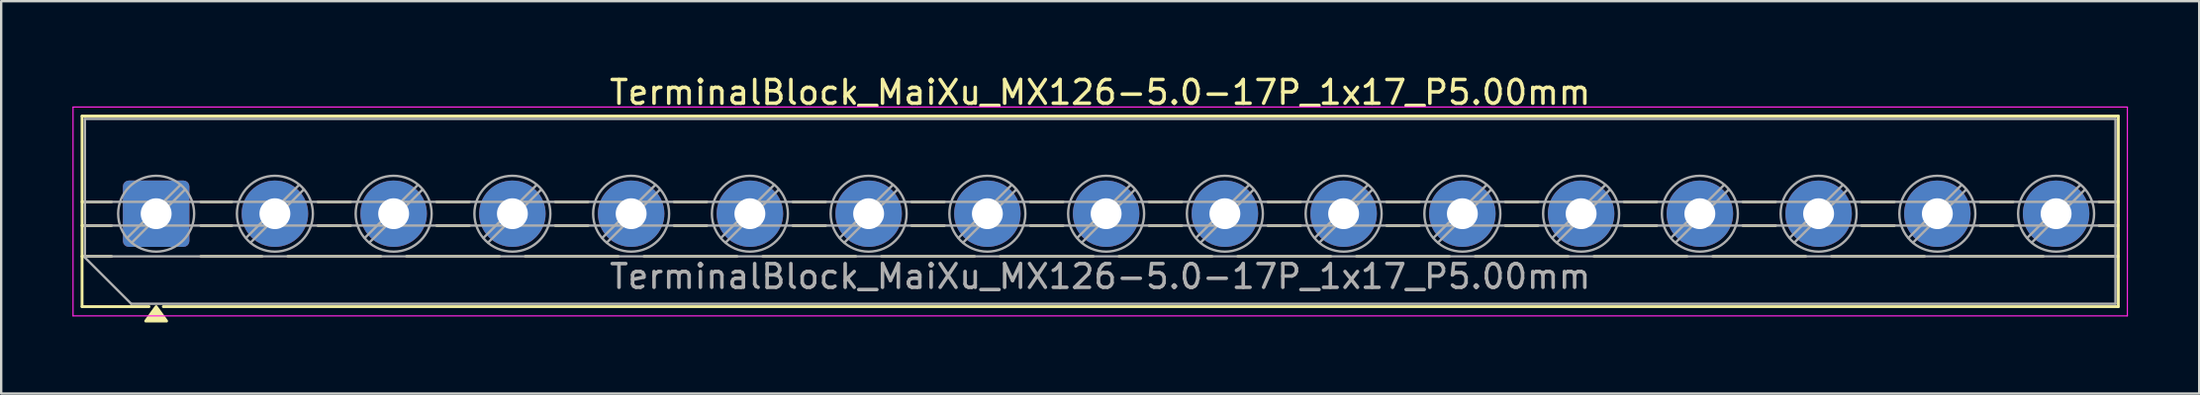
<source format=kicad_pcb>
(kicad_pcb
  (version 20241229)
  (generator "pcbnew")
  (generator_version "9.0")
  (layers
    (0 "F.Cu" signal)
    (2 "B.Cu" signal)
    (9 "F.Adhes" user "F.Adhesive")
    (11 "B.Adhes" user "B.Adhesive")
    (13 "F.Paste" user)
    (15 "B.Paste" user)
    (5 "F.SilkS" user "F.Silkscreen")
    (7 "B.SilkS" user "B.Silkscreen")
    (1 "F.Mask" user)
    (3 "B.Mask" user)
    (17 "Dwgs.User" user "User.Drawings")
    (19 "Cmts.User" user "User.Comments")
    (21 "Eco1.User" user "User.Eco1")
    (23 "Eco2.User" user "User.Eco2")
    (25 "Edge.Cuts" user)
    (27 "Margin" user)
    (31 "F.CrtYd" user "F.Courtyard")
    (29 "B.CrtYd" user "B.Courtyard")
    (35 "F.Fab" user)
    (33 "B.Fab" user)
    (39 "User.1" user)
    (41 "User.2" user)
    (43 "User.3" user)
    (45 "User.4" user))
  (footprint "TerminalBlock_MaiXu_MX126-5.0-17P_1x17_P5.00mm"
    (layer "F.Cu")
    (at 3.525 5.968)
    (property "Reference" "TerminalBlock_MaiXu_MX126-5.0-17P_1x17_P5.00mm" (at 39.75 -5.12 0) (layer "F.SilkS") (effects (font (size 1 1) (thickness 0.15))))
    (attr through_hole)
    (fp_line (start -3.12 -4.12) (end 82.62 -4.12) (stroke (width 0.12) (type solid)) (layer "F.SilkS"))
    (fp_line (start -3.12 -0.5) (end -1.88 -0.5) (stroke (width 0.12) (type solid)) (layer "F.SilkS"))
    (fp_line (start -3.12 0.5) (end -1.88 0.5) (stroke (width 0.12) (type solid)) (layer "F.SilkS"))
    (fp_line (start -3.12 1.8) (end -1.88 1.8) (stroke (width 0.12) (type solid)) (layer "F.SilkS"))
    (fp_line (start -3.12 3.92) (end -3.12 -4.12) (stroke (width 0.12) (type solid)) (layer "F.SilkS"))
    (fp_line (start -0.3 3.92) (end -3.12 3.92) (stroke (width 0.12) (type solid)) (layer "F.SilkS"))
    (fp_line (start 1.88 -0.5) (end 3.188 -0.5) (stroke (width 0.12) (type solid)) (layer "F.SilkS"))
    (fp_line (start 1.88 0.5) (end 3.188 0.5) (stroke (width 0.12) (type solid)) (layer "F.SilkS"))
    (fp_line (start 1.88 1.8) (end 4.457 1.8) (stroke (width 0.12) (type solid)) (layer "F.SilkS"))
    (fp_line (start 5.543 1.8) (end 9.457 1.8) (stroke (width 0.12) (type solid)) (layer "F.SilkS"))
    (fp_line (start 6.812 -0.5) (end 8.188 -0.5) (stroke (width 0.12) (type solid)) (layer "F.SilkS"))
    (fp_line (start 6.812 0.5) (end 8.188 0.5) (stroke (width 0.12) (type solid)) (layer "F.SilkS"))
    (fp_line (start 10.543 1.8) (end 14.457 1.8) (stroke (width 0.12) (type solid)) (layer "F.SilkS"))
    (fp_line (start 11.812 -0.5) (end 13.188 -0.5) (stroke (width 0.12) (type solid)) (layer "F.SilkS"))
    (fp_line (start 11.812 0.5) (end 13.188 0.5) (stroke (width 0.12) (type solid)) (layer "F.SilkS"))
    (fp_line (start 15.543 1.8) (end 19.457 1.8) (stroke (width 0.12) (type solid)) (layer "F.SilkS"))
    (fp_line (start 16.812 -0.5) (end 18.188 -0.5) (stroke (width 0.12) (type solid)) (layer "F.SilkS"))
    (fp_line (start 16.812 0.5) (end 18.188 0.5) (stroke (width 0.12) (type solid)) (layer "F.SilkS"))
    (fp_line (start 20.543 1.8) (end 24.457 1.8) (stroke (width 0.12) (type solid)) (layer "F.SilkS"))
    (fp_line (start 21.812 -0.5) (end 23.188 -0.5) (stroke (width 0.12) (type solid)) (layer "F.SilkS"))
    (fp_line (start 21.812 0.5) (end 23.188 0.5) (stroke (width 0.12) (type solid)) (layer "F.SilkS"))
    (fp_line (start 25.543 1.8) (end 29.457 1.8) (stroke (width 0.12) (type solid)) (layer "F.SilkS"))
    (fp_line (start 26.812 -0.5) (end 28.188 -0.5) (stroke (width 0.12) (type solid)) (layer "F.SilkS"))
    (fp_line (start 26.812 0.5) (end 28.188 0.5) (stroke (width 0.12) (type solid)) (layer "F.SilkS"))
    (fp_line (start 30.543 1.8) (end 34.457 1.8) (stroke (width 0.12) (type solid)) (layer "F.SilkS"))
    (fp_line (start 31.812 -0.5) (end 33.188 -0.5) (stroke (width 0.12) (type solid)) (layer "F.SilkS"))
    (fp_line (start 31.812 0.5) (end 33.188 0.5) (stroke (width 0.12) (type solid)) (layer "F.SilkS"))
    (fp_line (start 35.543 1.8) (end 39.457 1.8) (stroke (width 0.12) (type solid)) (layer "F.SilkS"))
    (fp_line (start 36.812 -0.5) (end 38.188 -0.5) (stroke (width 0.12) (type solid)) (layer "F.SilkS"))
    (fp_line (start 36.812 0.5) (end 38.188 0.5) (stroke (width 0.12) (type solid)) (layer "F.SilkS"))
    (fp_line (start 40.543 1.8) (end 44.457 1.8) (stroke (width 0.12) (type solid)) (layer "F.SilkS"))
    (fp_line (start 41.812 -0.5) (end 43.188 -0.5) (stroke (width 0.12) (type solid)) (layer "F.SilkS"))
    (fp_line (start 41.812 0.5) (end 43.188 0.5) (stroke (width 0.12) (type solid)) (layer "F.SilkS"))
    (fp_line (start 45.543 1.8) (end 49.457 1.8) (stroke (width 0.12) (type solid)) (layer "F.SilkS"))
    (fp_line (start 46.812 -0.5) (end 48.188 -0.5) (stroke (width 0.12) (type solid)) (layer "F.SilkS"))
    (fp_line (start 46.812 0.5) (end 48.188 0.5) (stroke (width 0.12) (type solid)) (layer "F.SilkS"))
    (fp_line (start 50.543 1.8) (end 54.457 1.8) (stroke (width 0.12) (type solid)) (layer "F.SilkS"))
    (fp_line (start 51.812 -0.5) (end 53.188 -0.5) (stroke (width 0.12) (type solid)) (layer "F.SilkS"))
    (fp_line (start 51.812 0.5) (end 53.188 0.5) (stroke (width 0.12) (type solid)) (layer "F.SilkS"))
    (fp_line (start 55.543 1.8) (end 59.457 1.8) (stroke (width 0.12) (type solid)) (layer "F.SilkS"))
    (fp_line (start 56.812 -0.5) (end 58.188 -0.5) (stroke (width 0.12) (type solid)) (layer "F.SilkS"))
    (fp_line (start 56.812 0.5) (end 58.188 0.5) (stroke (width 0.12) (type solid)) (layer "F.SilkS"))
    (fp_line (start 60.543 1.8) (end 64.457 1.8) (stroke (width 0.12) (type solid)) (layer "F.SilkS"))
    (fp_line (start 61.812 -0.5) (end 63.188 -0.5) (stroke (width 0.12) (type solid)) (layer "F.SilkS"))
    (fp_line (start 61.812 0.5) (end 63.188 0.5) (stroke (width 0.12) (type solid)) (layer "F.SilkS"))
    (fp_line (start 65.543 1.8) (end 69.457 1.8) (stroke (width 0.12) (type solid)) (layer "F.SilkS"))
    (fp_line (start 66.812 -0.5) (end 68.188 -0.5) (stroke (width 0.12) (type solid)) (layer "F.SilkS"))
    (fp_line (start 66.812 0.5) (end 68.188 0.5) (stroke (width 0.12) (type solid)) (layer "F.SilkS"))
    (fp_line (start 70.543 1.8) (end 74.457 1.8) (stroke (width 0.12) (type solid)) (layer "F.SilkS"))
    (fp_line (start 71.812 -0.5) (end 73.188 -0.5) (stroke (width 0.12) (type solid)) (layer "F.SilkS"))
    (fp_line (start 71.812 0.5) (end 73.188 0.5) (stroke (width 0.12) (type solid)) (layer "F.SilkS"))
    (fp_line (start 75.543 1.8) (end 79.457 1.8) (stroke (width 0.12) (type solid)) (layer "F.SilkS"))
    (fp_line (start 76.812 -0.5) (end 78.188 -0.5) (stroke (width 0.12) (type solid)) (layer "F.SilkS"))
    (fp_line (start 76.812 0.5) (end 78.188 0.5) (stroke (width 0.12) (type solid)) (layer "F.SilkS"))
    (fp_line (start 80.543 1.8) (end 82.62 1.8) (stroke (width 0.12) (type solid)) (layer "F.SilkS"))
    (fp_line (start 81.812 -0.5) (end 82.62 -0.5) (stroke (width 0.12) (type solid)) (layer "F.SilkS"))
    (fp_line (start 81.812 0.5) (end 82.62 0.5) (stroke (width 0.12) (type solid)) (layer "F.SilkS"))
    (fp_line (start 82.62 -4.12) (end 82.62 3.92) (stroke (width 0.12) (type solid)) (layer "F.SilkS"))
    (fp_line (start 82.62 3.92) (end 0.3 3.92) (stroke (width 0.12) (type solid)) (layer "F.SilkS"))
    (fp_poly (pts (xy 0 3.92) (xy 0.44 4.53) (xy -0.44 4.53)) (stroke (width 0.12) (type solid)) (fill yes) (layer "F.SilkS"))
    (fp_line (start -3.5 -4.5) (end -3.5 4.31) (stroke (width 0.05) (type solid)) (layer "F.CrtYd"))
    (fp_line (start -3.5 4.31) (end 83 4.31) (stroke (width 0.05) (type solid)) (layer "F.CrtYd"))
    (fp_line (start 83 -4.5) (end -3.5 -4.5) (stroke (width 0.05) (type solid)) (layer "F.CrtYd"))
    (fp_line (start 83 4.31) (end 83 -4.5) (stroke (width 0.05) (type solid)) (layer "F.CrtYd"))
    (fp_line (start -3 -4) (end 82.5 -4) (stroke (width 0.1) (type solid)) (layer "F.Fab"))
    (fp_line (start -3 -0.5) (end 82.5 -0.5) (stroke (width 0.1) (type solid)) (layer "F.Fab"))
    (fp_line (start -3 0.5) (end 82.5 0.5) (stroke (width 0.1) (type solid)) (layer "F.Fab"))
    (fp_line (start -3 1.8) (end 82.5 1.8) (stroke (width 0.1) (type solid)) (layer "F.Fab"))
    (fp_line (start -3 1.85) (end -3 -4) (stroke (width 0.1) (type solid)) (layer "F.Fab"))
    (fp_line (start -1.05 3.8) (end -3 1.85) (stroke (width 0.1) (type solid)) (layer "F.Fab"))
    (fp_line (start 1.018 -1.213) (end -1.213 1.018) (stroke (width 0.1) (type solid)) (layer "F.Fab"))
    (fp_line (start 1.213 -1.018) (end -1.018 1.213) (stroke (width 0.1) (type solid)) (layer "F.Fab"))
    (fp_line (start 6.018 -1.213) (end 3.787 1.018) (stroke (width 0.1) (type solid)) (layer "F.Fab"))
    (fp_line (start 6.213 -1.018) (end 3.982 1.213) (stroke (width 0.1) (type solid)) (layer "F.Fab"))
    (fp_line (start 11.018 -1.213) (end 8.787 1.018) (stroke (width 0.1) (type solid)) (layer "F.Fab"))
    (fp_line (start 11.213 -1.018) (end 8.982 1.213) (stroke (width 0.1) (type solid)) (layer "F.Fab"))
    (fp_line (start 16.018 -1.213) (end 13.787 1.018) (stroke (width 0.1) (type solid)) (layer "F.Fab"))
    (fp_line (start 16.213 -1.018) (end 13.982 1.213) (stroke (width 0.1) (type solid)) (layer "F.Fab"))
    (fp_line (start 21.018 -1.213) (end 18.787 1.018) (stroke (width 0.1) (type solid)) (layer "F.Fab"))
    (fp_line (start 21.213 -1.018) (end 18.982 1.213) (stroke (width 0.1) (type solid)) (layer "F.Fab"))
    (fp_line (start 26.018 -1.213) (end 23.787 1.018) (stroke (width 0.1) (type solid)) (layer "F.Fab"))
    (fp_line (start 26.213 -1.018) (end 23.982 1.213) (stroke (width 0.1) (type solid)) (layer "F.Fab"))
    (fp_line (start 31.018 -1.213) (end 28.787 1.018) (stroke (width 0.1) (type solid)) (layer "F.Fab"))
    (fp_line (start 31.213 -1.018) (end 28.982 1.213) (stroke (width 0.1) (type solid)) (layer "F.Fab"))
    (fp_line (start 36.018 -1.213) (end 33.787 1.018) (stroke (width 0.1) (type solid)) (layer "F.Fab"))
    (fp_line (start 36.213 -1.018) (end 33.982 1.213) (stroke (width 0.1) (type solid)) (layer "F.Fab"))
    (fp_line (start 41.018 -1.213) (end 38.787 1.018) (stroke (width 0.1) (type solid)) (layer "F.Fab"))
    (fp_line (start 41.213 -1.018) (end 38.982 1.213) (stroke (width 0.1) (type solid)) (layer "F.Fab"))
    (fp_line (start 46.018 -1.213) (end 43.787 1.018) (stroke (width 0.1) (type solid)) (layer "F.Fab"))
    (fp_line (start 46.213 -1.018) (end 43.982 1.213) (stroke (width 0.1) (type solid)) (layer "F.Fab"))
    (fp_line (start 51.018 -1.213) (end 48.787 1.018) (stroke (width 0.1) (type solid)) (layer "F.Fab"))
    (fp_line (start 51.213 -1.018) (end 48.982 1.213) (stroke (width 0.1) (type solid)) (layer "F.Fab"))
    (fp_line (start 56.018 -1.213) (end 53.787 1.018) (stroke (width 0.1) (type solid)) (layer "F.Fab"))
    (fp_line (start 56.213 -1.018) (end 53.982 1.213) (stroke (width 0.1) (type solid)) (layer "F.Fab"))
    (fp_line (start 61.018 -1.213) (end 58.787 1.018) (stroke (width 0.1) (type solid)) (layer "F.Fab"))
    (fp_line (start 61.213 -1.018) (end 58.982 1.213) (stroke (width 0.1) (type solid)) (layer "F.Fab"))
    (fp_line (start 66.018 -1.213) (end 63.787 1.018) (stroke (width 0.1) (type solid)) (layer "F.Fab"))
    (fp_line (start 66.213 -1.018) (end 63.982 1.213) (stroke (width 0.1) (type solid)) (layer "F.Fab"))
    (fp_line (start 71.018 -1.213) (end 68.787 1.018) (stroke (width 0.1) (type solid)) (layer "F.Fab"))
    (fp_line (start 71.213 -1.018) (end 68.982 1.213) (stroke (width 0.1) (type solid)) (layer "F.Fab"))
    (fp_line (start 76.018 -1.213) (end 73.787 1.018) (stroke (width 0.1) (type solid)) (layer "F.Fab"))
    (fp_line (start 76.213 -1.018) (end 73.982 1.213) (stroke (width 0.1) (type solid)) (layer "F.Fab"))
    (fp_line (start 81.018 -1.213) (end 78.787 1.018) (stroke (width 0.1) (type solid)) (layer "F.Fab"))
    (fp_line (start 81.213 -1.018) (end 78.982 1.213) (stroke (width 0.1) (type solid)) (layer "F.Fab"))
    (fp_line (start 82.5 -4) (end 82.5 3.8) (stroke (width 0.1) (type solid)) (layer "F.Fab"))
    (fp_line (start 82.5 3.8) (end -1.05 3.8) (stroke (width 0.1) (type solid)) (layer "F.Fab"))
    (fp_circle (center 0 0) (end 1.6 0) (stroke (width 0.1) (type solid)) (fill no) (layer "F.Fab"))
    (fp_circle (center 5 0) (end 6.6 0) (stroke (width 0.1) (type solid)) (fill no) (layer "F.Fab"))
    (fp_circle (center 10 0) (end 11.6 0) (stroke (width 0.1) (type solid)) (fill no) (layer "F.Fab"))
    (fp_circle (center 15 0) (end 16.6 0) (stroke (width 0.1) (type solid)) (fill no) (layer "F.Fab"))
    (fp_circle (center 20 0) (end 21.6 0) (stroke (width 0.1) (type solid)) (fill no) (layer "F.Fab"))
    (fp_circle (center 25 0) (end 26.6 0) (stroke (width 0.1) (type solid)) (fill no) (layer "F.Fab"))
    (fp_circle (center 30 0) (end 31.6 0) (stroke (width 0.1) (type solid)) (fill no) (layer "F.Fab"))
    (fp_circle (center 35 0) (end 36.6 0) (stroke (width 0.1) (type solid)) (fill no) (layer "F.Fab"))
    (fp_circle (center 40 0) (end 41.6 0) (stroke (width 0.1) (type solid)) (fill no) (layer "F.Fab"))
    (fp_circle (center 45 0) (end 46.6 0) (stroke (width 0.1) (type solid)) (fill no) (layer "F.Fab"))
    (fp_circle (center 50 0) (end 51.6 0) (stroke (width 0.1) (type solid)) (fill no) (layer "F.Fab"))
    (fp_circle (center 55 0) (end 56.6 0) (stroke (width 0.1) (type solid)) (fill no) (layer "F.Fab"))
    (fp_circle (center 60 0) (end 61.6 0) (stroke (width 0.1) (type solid)) (fill no) (layer "F.Fab"))
    (fp_circle (center 65 0) (end 66.6 0) (stroke (width 0.1) (type solid)) (fill no) (layer "F.Fab"))
    (fp_circle (center 70 0) (end 71.6 0) (stroke (width 0.1) (type solid)) (fill no) (layer "F.Fab"))
    (fp_circle (center 75 0) (end 76.6 0) (stroke (width 0.1) (type solid)) (fill no) (layer "F.Fab"))
    (fp_circle (center 80 0) (end 81.6 0) (stroke (width 0.1) (type solid)) (fill no) (layer "F.Fab"))
    (fp_text user "${REFERENCE}" (at 39.75 2.65 0) (layer "F.Fab") (effects (font (size 1 1) (thickness 0.15))))
    (pad "1" thru_hole roundrect (at 0 0) (size 2.8 2.8) (drill 1.3) (layers "*.Cu" "*.Mask") (roundrect_rratio 0.089))
    (pad "2" thru_hole circle (at 5 0) (size 2.8 2.8) (drill 1.3) (layers "*.Cu" "*.Mask"))
    (pad "3" thru_hole circle (at 10 0) (size 2.8 2.8) (drill 1.3) (layers "*.Cu" "*.Mask"))
    (pad "4" thru_hole circle (at 15 0) (size 2.8 2.8) (drill 1.3) (layers "*.Cu" "*.Mask"))
    (pad "5" thru_hole circle (at 20 0) (size 2.8 2.8) (drill 1.3) (layers "*.Cu" "*.Mask"))
    (pad "6" thru_hole circle (at 25 0) (size 2.8 2.8) (drill 1.3) (layers "*.Cu" "*.Mask"))
    (pad "7" thru_hole circle (at 30 0) (size 2.8 2.8) (drill 1.3) (layers "*.Cu" "*.Mask"))
    (pad "8" thru_hole circle (at 35 0) (size 2.8 2.8) (drill 1.3) (layers "*.Cu" "*.Mask"))
    (pad "9" thru_hole circle (at 40 0) (size 2.8 2.8) (drill 1.3) (layers "*.Cu" "*.Mask"))
    (pad "10" thru_hole circle (at 45 0) (size 2.8 2.8) (drill 1.3) (layers "*.Cu" "*.Mask"))
    (pad "11" thru_hole circle (at 50 0) (size 2.8 2.8) (drill 1.3) (layers "*.Cu" "*.Mask"))
    (pad "12" thru_hole circle (at 55 0) (size 2.8 2.8) (drill 1.3) (layers "*.Cu" "*.Mask"))
    (pad "13" thru_hole circle (at 60 0) (size 2.8 2.8) (drill 1.3) (layers "*.Cu" "*.Mask"))
    (pad "14" thru_hole circle (at 65 0) (size 2.8 2.8) (drill 1.3) (layers "*.Cu" "*.Mask"))
    (pad "15" thru_hole circle (at 70 0) (size 2.8 2.8) (drill 1.3) (layers "*.Cu" "*.Mask"))
    (pad "16" thru_hole circle (at 75 0) (size 2.8 2.8) (drill 1.3) (layers "*.Cu" "*.Mask"))
    (pad "17" thru_hole circle (at 80 0) (size 2.8 2.8) (drill 1.3) (layers "*.Cu" "*.Mask")))
  (gr_rect
    (start -3 -3)
    (end 89.55 13.558)
    (stroke (width 0.1) (type default))
    (fill no)
    (layer "Edge.Cuts")))
</source>
